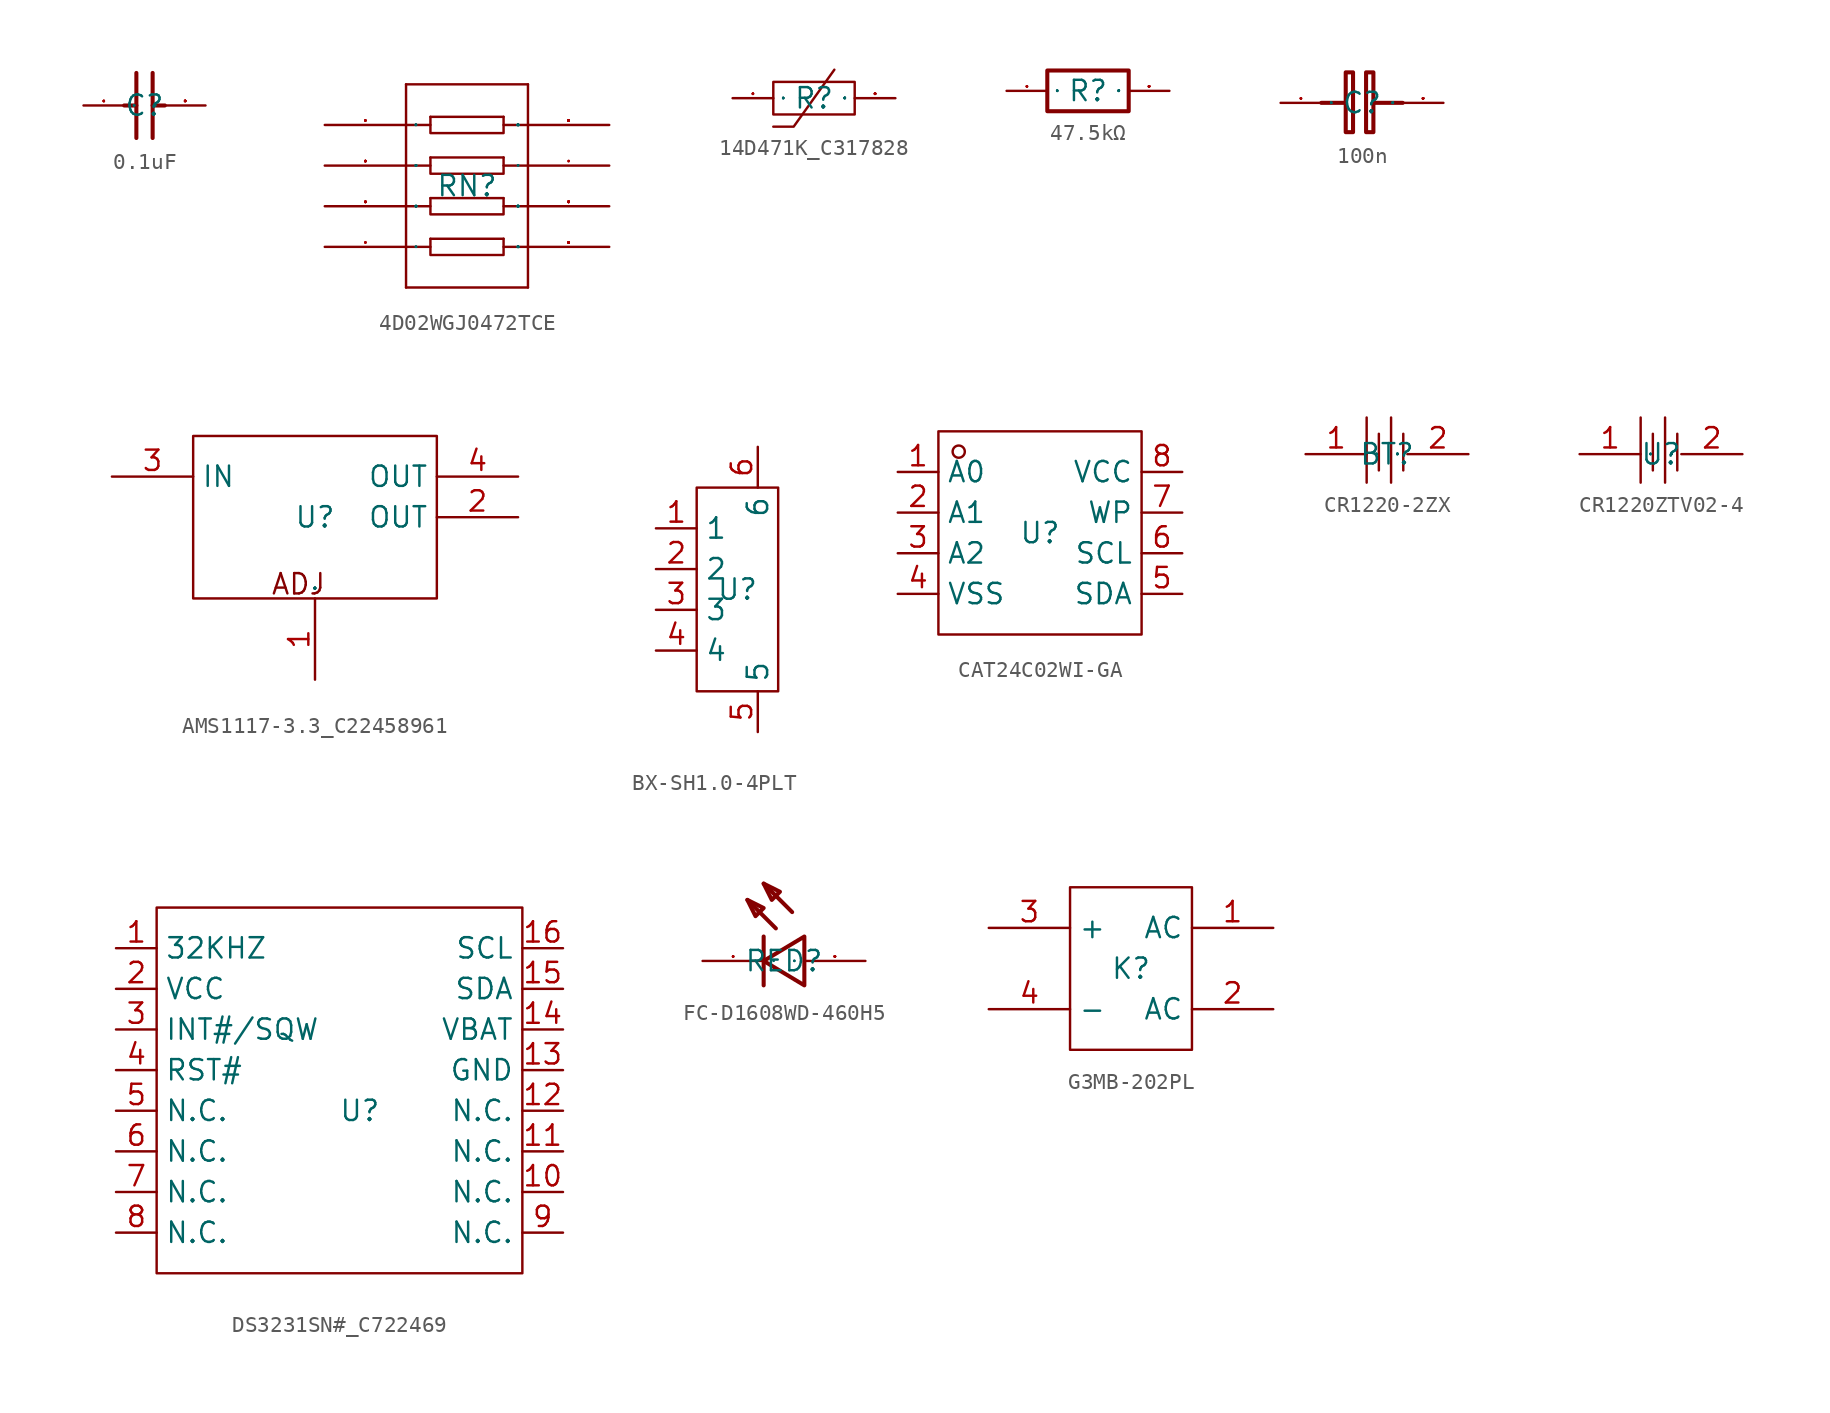
<source format=kicad_sym>
(kicad_symbol_lib
  (version 20241209)
  (generator "kicad_symbol_editor")
  (generator_version "9.0")
  (symbol "0.1uF"
    (property "Reference" "C"
      (at 0 0 0)
      (effects (font (size 1.27 1.27))))
    (property "Value" ""
      (at 0 0 0)
      (effects (font (size 1.27 1.27))))
    (symbol "0.1uF_1_0"
      (polyline (pts (xy -1.27 0) (xy -0.508 0)) (stroke (width 0.254) (type default)) (fill (type none)))
      (polyline (pts (xy -0.508 2.032) (xy -0.508 -2.032)) (stroke (width 0.254) (type default)) (fill (type none)))
      (polyline (pts (xy 0.508 2.032) (xy 0.508 -2.032)) (stroke (width 0.254) (type default)) (fill (type none)))
      (polyline (pts (xy 0.508 0) (xy 1.27 0)) (stroke (width 0.254) (type default)) (fill (type none)))
      (pin input line (at -3.81 0 0) (length 2.54) (name "1" (effects (font (size 0.025 0.025)))) (number "1" (effects (font (size 0.025 0.025)))))
      (pin input line (at 3.81 0 180) (length 2.54) (name "2" (effects (font (size 0.025 0.025)))) (number "2" (effects (font (size 0.025 0.025)))))))
  (symbol "4D02WGJ0472TCE"
    (property "Reference" "RN"
      (at 0 0 0)
      (effects (font (size 1.27 1.27))))
    (symbol "4D02WGJ0472TCE_1_0"
      (polyline (pts (xy -3.81 6.35) (xy -3.81 -6.35)) (stroke (width 0) (type default)) (fill (type none)))
      (polyline (pts (xy -3.81 6.35) (xy 3.81 6.35)) (stroke (width 0) (type default)) (fill (type none)))
      (polyline (pts (xy -3.81 3.81) (xy -2.286 3.81)) (stroke (width 0) (type default)) (fill (type none)))
      (polyline (pts (xy -3.81 1.27) (xy -2.286 1.27)) (stroke (width 0) (type default)) (fill (type none)))
      (polyline (pts (xy -3.81 -1.27) (xy -2.286 -1.27)) (stroke (width 0) (type default)) (fill (type none)))
      (polyline (pts (xy -3.81 -3.81) (xy -2.286 -3.81)) (stroke (width 0) (type default)) (fill (type none)))
      (polyline (pts (xy -3.81 -6.35) (xy 3.81 -6.35)) (stroke (width 0) (type default)) (fill (type none)))
      (polyline (pts (xy -2.286 4.318) (xy 2.286 4.318)) (stroke (width 0) (type default)) (fill (type none)))
      (polyline (pts (xy -2.286 4.318) (xy -2.286 3.302) (xy -2.286 3.302) (xy 2.286 3.302) (xy 2.286 3.302) (xy 2.286 4.318)) (stroke (width 0) (type default)) (fill (type none)))
      (polyline (pts (xy -2.286 1.778) (xy 2.286 1.778)) (stroke (width 0) (type default)) (fill (type none)))
      (polyline (pts (xy -2.286 1.778) (xy -2.286 0.762) (xy -2.286 0.762) (xy 2.286 0.762) (xy 2.286 0.762) (xy 2.286 1.778)) (stroke (width 0) (type default)) (fill (type none)))
      (polyline (pts (xy -2.286 -0.762) (xy 2.286 -0.762)) (stroke (width 0) (type default)) (fill (type none)))
      (polyline (pts (xy -2.286 -0.762) (xy -2.286 -1.778) (xy -2.286 -1.778) (xy 2.286 -1.778) (xy 2.286 -1.778) (xy 2.286 -0.762)) (stroke (width 0) (type default)) (fill (type none)))
      (polyline (pts (xy -2.286 -3.302) (xy 2.286 -3.302)) (stroke (width 0) (type default)) (fill (type none)))
      (polyline (pts (xy -2.286 -3.302) (xy -2.286 -4.318) (xy -2.286 -4.318) (xy 2.286 -4.318) (xy 2.286 -4.318) (xy 2.286 -3.302)) (stroke (width 0) (type default)) (fill (type none)))
      (polyline (pts (xy 2.286 3.81) (xy 3.81 3.81)) (stroke (width 0) (type default)) (fill (type none)))
      (polyline (pts (xy 2.286 1.27) (xy 3.81 1.27)) (stroke (width 0) (type default)) (fill (type none)))
      (polyline (pts (xy 2.286 -1.27) (xy 3.81 -1.27)) (stroke (width 0) (type default)) (fill (type none)))
      (polyline (pts (xy 2.286 -3.81) (xy 3.81 -3.81)) (stroke (width 0) (type default)) (fill (type none)))
      (polyline (pts (xy 3.81 6.35) (xy 3.81 -6.35)) (stroke (width 0) (type default)) (fill (type none)))
      (pin input line (at -8.89 3.81 0) (length 5.08) (name "1" (effects (font (size 0.025 0.025)))) (number "1" (effects (font (size 0.025 0.025)))))
      (pin input line (at -8.89 1.27 0) (length 5.08) (name "2" (effects (font (size 0.025 0.025)))) (number "2" (effects (font (size 0.025 0.025)))))
      (pin input line (at -8.89 -1.27 0) (length 5.08) (name "3" (effects (font (size 0.025 0.025)))) (number "3" (effects (font (size 0.025 0.025)))))
      (pin input line (at -8.89 -3.81 0) (length 5.08) (name "4" (effects (font (size 0.025 0.025)))) (number "4" (effects (font (size 0.025 0.025)))))
      (pin input line (at 8.89 3.81 180) (length 5.08) (name "8" (effects (font (size 0.025 0.025)))) (number "8" (effects (font (size 0.025 0.025)))))
      (pin input line (at 8.89 1.27 180) (length 5.08) (name "7" (effects (font (size 0.025 0.025)))) (number "7" (effects (font (size 0.025 0.025)))))
      (pin input line (at 8.89 -1.27 180) (length 5.08) (name "6" (effects (font (size 0.025 0.025)))) (number "6" (effects (font (size 0.025 0.025)))))
      (pin input line (at 8.89 -3.81 180) (length 5.08) (name "5" (effects (font (size 0.025 0.025)))) (number "5" (effects (font (size 0.025 0.025)))))))
  (symbol "14D471K_C317828"
    (property "Reference" "R"
      (at 0 0 0)
      (effects (font (size 1.27 1.27))))
    (symbol "14D471K_C317828_1_0"
      (rectangle (start -2.54 1.016) (end 2.54 -1.016) (stroke (width 0) (type default)) (fill (type none)))
      (polyline (pts (xy 1.27 1.778) (xy 1.27 1.778) (xy 1.27 1.778) (xy -1.27 -1.778) (xy -1.27 -1.778) (xy -2.54 -1.778)) (stroke (width 0) (type default)) (fill (type none)))
      (pin unspecified line (at -5.08 0 0) (length 2.54) (name "1" (effects (font (size 0.025 0.025)))) (number "1" (effects (font (size 0.025 0.025)))))
      (pin unspecified line (at 5.08 0 180) (length 2.54) (name "2" (effects (font (size 0.025 0.025)))) (number "2" (effects (font (size 0.025 0.025)))))))
  (symbol "47.5kΩ"
    (property "Reference" "R"
      (at 0 0 0)
      (effects (font (size 1.27 1.27))))
    (property "Value" ""
      (at 0 0 0)
      (effects (font (size 1.27 1.27))))
    (symbol "47.5kΩ_1_0"
      (rectangle (start 2.54 1.27) (end -2.54 -1.27) (stroke (width 0.254) (type default)) (fill (type none)))
      (pin unspecified line (at -5.08 0 0) (length 2.54) (name "1" (effects (font (size 0.025 0.025)))) (number "1" (effects (font (size 0.025 0.025)))))
      (pin unspecified line (at 5.08 0 180) (length 2.54) (name "2" (effects (font (size 0.025 0.025)))) (number "2" (effects (font (size 0.025 0.025)))))))
  (symbol "100n"
    (property "Reference" "C"
      (at 0 0 0)
      (effects (font (size 1.27 1.27))))
    (property "Value" ""
      (at 0 0 0)
      (effects (font (size 1.27 1.27))))
    (symbol "100n_1_0"
      (polyline (pts (xy -2.54 0) (xy -1.016 0)) (stroke (width 0.254) (type default)) (fill (type none)))
      (rectangle (start -1.016 -1.829) (end -0.559 1.905) (stroke (width 0.254) (type default)) (fill (type none)))
      (rectangle (start 0.254 -1.829) (end 0.711 1.905) (stroke (width 0.254) (type default)) (fill (type none)))
      (polyline (pts (xy 2.54 0) (xy 0.762 0)) (stroke (width 0.254) (type default)) (fill (type none)))
      (pin unspecified line (at -5.08 0 0) (length 2.54) (name "1" (effects (font (size 0.025 0.025)))) (number "1" (effects (font (size 0.025 0.025)))))
      (pin unspecified line (at 5.08 0 180) (length 2.54) (name "2" (effects (font (size 0.025 0.025)))) (number "2" (effects (font (size 0.025 0.025)))))))
  (symbol "AMS1117-3.3_C22458961"
    (property "Reference" "U"
      (at 0 0 0)
      (effects (font (size 1.27 1.27))))
    (property "Value" ""
      (at 0 0 0)
      (effects (font (size 1.27 1.27))))
    (symbol "AMS1117-3.3_C22458961_1_0"
      (rectangle (start -7.62 5.08) (end 7.62 -5.08) (stroke (width 0) (type default)) (fill (type none)))
      (text "ADJ" (at -2.794 -4.928 0) (effects (font (size 1.27 1.27)) (justify left bottom)))
      (pin unspecified line (at -12.7 2.54 0) (length 5.08) (name "IN" (effects (font (size 1.27 1.27)))) (number "3" (effects (font (size 1.27 1.27)))))
      (pin unspecified line (at 0 -10.16 90) (length 5.08) (name "ADJ" (effects (font (size 0.025 0.025)))) (number "1" (effects (font (size 1.27 1.27)))))
      (pin unspecified line (at 12.7 2.54 180) (length 5.08) (name "OUT" (effects (font (size 1.27 1.27)))) (number "4" (effects (font (size 1.27 1.27)))))
      (pin unspecified line (at 12.7 0 180) (length 5.08) (name "OUT" (effects (font (size 1.27 1.27)))) (number "2" (effects (font (size 1.27 1.27)))))))
  (symbol "BX-SH1.0-4PLT"
    (property "Reference" "U"
      (at 0 0 0)
      (effects (font (size 1.27 1.27))))
    (property "Value" ""
      (at 0 0 0)
      (effects (font (size 1.27 1.27))))
    (symbol "BX-SH1.0-4PLT_1_0"
      (rectangle (start -2.54 6.35) (end 2.54 -6.35) (stroke (width 0) (type default)) (fill (type none)))
      (pin unspecified line (at -5.08 3.81 0) (length 2.54) (name "1" (effects (font (size 1.27 1.27)))) (number "1" (effects (font (size 1.27 1.27)))))
      (pin unspecified line (at -5.08 1.27 0) (length 2.54) (name "2" (effects (font (size 1.27 1.27)))) (number "2" (effects (font (size 1.27 1.27)))))
      (pin unspecified line (at -5.08 -1.27 0) (length 2.54) (name "3" (effects (font (size 1.27 1.27)))) (number "3" (effects (font (size 1.27 1.27)))))
      (pin unspecified line (at -5.08 -3.81 0) (length 2.54) (name "4" (effects (font (size 1.27 1.27)))) (number "4" (effects (font (size 1.27 1.27)))))
      (pin unspecified line (at 1.27 8.89 270) (length 2.54) (name "6" (effects (font (size 1.27 1.27)))) (number "6" (effects (font (size 1.27 1.27)))))
      (pin unspecified line (at 1.27 -8.89 90) (length 2.54) (name "5" (effects (font (size 1.27 1.27)))) (number "5" (effects (font (size 1.27 1.27)))))))
  (symbol "CAT24C02WI-GA"
    (property "Reference" "U"
      (at 0 0 0)
      (effects (font (size 1.27 1.27))))
    (property "Value" ""
      (at 0 0 0)
      (effects (font (size 1.27 1.27))))
    (symbol "CAT24C02WI-GA_1_0"
      (rectangle (start -6.35 -6.35) (end 6.35 6.35) (stroke (width 0) (type default)) (fill (type none)))
      (circle (center -5.08 5.08) (radius 0.381) (stroke (width 0) (type default)) (fill (type none)))
      (pin unspecified line (at -8.89 3.81 0) (length 2.54) (name "A0" (effects (font (size 1.27 1.27)))) (number "1" (effects (font (size 1.27 1.27)))))
      (pin unspecified line (at -8.89 1.27 0) (length 2.54) (name "A1" (effects (font (size 1.27 1.27)))) (number "2" (effects (font (size 1.27 1.27)))))
      (pin unspecified line (at -8.89 -1.27 0) (length 2.54) (name "A2" (effects (font (size 1.27 1.27)))) (number "3" (effects (font (size 1.27 1.27)))))
      (pin unspecified line (at -8.89 -3.81 0) (length 2.54) (name "VSS" (effects (font (size 1.27 1.27)))) (number "4" (effects (font (size 1.27 1.27)))))
      (pin unspecified line (at 8.89 3.81 180) (length 2.54) (name "VCC" (effects (font (size 1.27 1.27)))) (number "8" (effects (font (size 1.27 1.27)))))
      (pin unspecified line (at 8.89 1.27 180) (length 2.54) (name "WP" (effects (font (size 1.27 1.27)))) (number "7" (effects (font (size 1.27 1.27)))))
      (pin unspecified line (at 8.89 -1.27 180) (length 2.54) (name "SCL" (effects (font (size 1.27 1.27)))) (number "6" (effects (font (size 1.27 1.27)))))
      (pin unspecified line (at 8.89 -3.81 180) (length 2.54) (name "SDA" (effects (font (size 1.27 1.27)))) (number "5" (effects (font (size 1.27 1.27)))))))
  (symbol "CR1220-2ZX"
    (property "Reference" "BT"
      (at 0 0 0)
      (effects (font (size 1.27 1.27))))
    (property "Value" ""
      (at 0 0 0)
      (effects (font (size 1.27 1.27))))
    (symbol "CR1220-2ZX_1_0"
      (polyline (pts (xy -1.27 2.286) (xy -1.27 -1.778)) (stroke (width 0) (type default)) (fill (type none)))
      (polyline (pts (xy -0.508 1.27) (xy -0.508 -1.016)) (stroke (width 0) (type default)) (fill (type none)))
      (polyline (pts (xy 0.254 2.286) (xy 0.254 -1.778)) (stroke (width 0) (type default)) (fill (type none)))
      (polyline (pts (xy 1.016 1.27) (xy 1.016 -1.016)) (stroke (width 0) (type default)) (fill (type none)))
      (pin input line (at -5.08 0 0) (length 3.81) (name "1" (effects (font (size 0.025 0.025)))) (number "1" (effects (font (size 1.27 1.27)))))
      (pin input line (at 5.08 0 180) (length 3.81) (name "2" (effects (font (size 0.025 0.025)))) (number "2" (effects (font (size 1.27 1.27)))))))
  (symbol "CR1220ZTV02-4"
    (property "Reference" "U"
      (at 0 0 0)
      (effects (font (size 1.27 1.27))))
    (property "Value" ""
      (at 0 0 0)
      (effects (font (size 1.27 1.27))))
    (symbol "CR1220ZTV02-4_1_0"
      (polyline (pts (xy -1.27 2.286) (xy -1.27 -1.778)) (stroke (width 0) (type default)) (fill (type none)))
      (polyline (pts (xy -0.508 1.27) (xy -0.508 -1.016)) (stroke (width 0) (type default)) (fill (type none)))
      (polyline (pts (xy 0.254 2.286) (xy 0.254 -1.778)) (stroke (width 0) (type default)) (fill (type none)))
      (polyline (pts (xy 1.016 1.27) (xy 1.016 -1.016)) (stroke (width 0) (type default)) (fill (type none)))
      (pin input line (at -5.08 0 0) (length 3.81) (name "1" (effects (font (size 0.025 0.025)))) (number "1" (effects (font (size 1.27 1.27)))))
      (pin input line (at 5.08 0 180) (length 3.81) (name "2" (effects (font (size 0.025 0.025)))) (number "2" (effects (font (size 1.27 1.27)))))))
  (symbol "DS3231SN#_C722469"
    (property "Reference" "U"
      (at 0 0 0)
      (effects (font (size 1.27 1.27))))
    (property "Value" ""
      (at 0 0 0)
      (effects (font (size 1.27 1.27))))
    (symbol "DS3231SN#_C722469_1_0"
      (rectangle (start -12.7 12.7) (end 10.16 -10.16) (stroke (width 0) (type default)) (fill (type none)))
      (pin unspecified line (at -15.24 10.16 0) (length 2.54) (name "32KHZ" (effects (font (size 1.27 1.27)))) (number "1" (effects (font (size 1.27 1.27)))))
      (pin unspecified line (at -15.24 7.62 0) (length 2.54) (name "VCC" (effects (font (size 1.27 1.27)))) (number "2" (effects (font (size 1.27 1.27)))))
      (pin unspecified line (at -15.24 5.08 0) (length 2.54) (name "INT#/SQW" (effects (font (size 1.27 1.27)))) (number "3" (effects (font (size 1.27 1.27)))))
      (pin unspecified line (at -15.24 2.54 0) (length 2.54) (name "RST#" (effects (font (size 1.27 1.27)))) (number "4" (effects (font (size 1.27 1.27)))))
      (pin unspecified line (at -15.24 0 0) (length 2.54) (name "N.C." (effects (font (size 1.27 1.27)))) (number "5" (effects (font (size 1.27 1.27)))))
      (pin unspecified line (at -15.24 -2.54 0) (length 2.54) (name "N.C." (effects (font (size 1.27 1.27)))) (number "6" (effects (font (size 1.27 1.27)))))
      (pin unspecified line (at -15.24 -5.08 0) (length 2.54) (name "N.C." (effects (font (size 1.27 1.27)))) (number "7" (effects (font (size 1.27 1.27)))))
      (pin unspecified line (at -15.24 -7.62 0) (length 2.54) (name "N.C." (effects (font (size 1.27 1.27)))) (number "8" (effects (font (size 1.27 1.27)))))
      (pin unspecified line (at 12.7 10.16 180) (length 2.54) (name "SCL" (effects (font (size 1.27 1.27)))) (number "16" (effects (font (size 1.27 1.27)))))
      (pin unspecified line (at 12.7 7.62 180) (length 2.54) (name "SDA" (effects (font (size 1.27 1.27)))) (number "15" (effects (font (size 1.27 1.27)))))
      (pin unspecified line (at 12.7 5.08 180) (length 2.54) (name "VBAT" (effects (font (size 1.27 1.27)))) (number "14" (effects (font (size 1.27 1.27)))))
      (pin unspecified line (at 12.7 2.54 180) (length 2.54) (name "GND" (effects (font (size 1.27 1.27)))) (number "13" (effects (font (size 1.27 1.27)))))
      (pin unspecified line (at 12.7 0 180) (length 2.54) (name "N.C." (effects (font (size 1.27 1.27)))) (number "12" (effects (font (size 1.27 1.27)))))
      (pin unspecified line (at 12.7 -2.54 180) (length 2.54) (name "N.C." (effects (font (size 1.27 1.27)))) (number "11" (effects (font (size 1.27 1.27)))))
      (pin unspecified line (at 12.7 -5.08 180) (length 2.54) (name "N.C." (effects (font (size 1.27 1.27)))) (number "10" (effects (font (size 1.27 1.27)))))
      (pin unspecified line (at 12.7 -7.62 180) (length 2.54) (name "N.C." (effects (font (size 1.27 1.27)))) (number "9" (effects (font (size 1.27 1.27)))))))
  (symbol "FC-D1608WD-460H5"
    (property "Reference" "RED"
      (at 0 0 0)
      (effects (font (size 1.27 1.27))))
    (property "Value" ""
      (at 0 0 0)
      (effects (font (size 1.27 1.27))))
    (symbol "FC-D1608WD-460H5_1_0"
      (polyline (pts (xy -2.286 3.81) (xy -1.27 3.302) (xy -1.27 3.302) (xy -1.778 2.794) (xy -1.778 2.794) (xy -2.286 3.81)) (stroke (width 0.254) (type default)) (fill (type none)))
      (polyline (pts (xy -1.27 4.826) (xy -0.254 4.318) (xy -0.254 4.318) (xy -0.762 3.81) (xy -0.762 3.81) (xy -1.27 4.826)) (stroke (width 0.254) (type default)) (fill (type none)))
      (polyline (pts (xy -1.27 1.524) (xy -1.27 -1.524)) (stroke (width 0.254) (type default)) (fill (type none)))
      (polyline (pts (xy -0.508 2.032) (xy -2.286 3.81)) (stroke (width 0.254) (type default)) (fill (type none)))
      (polyline (pts (xy 0.508 3.048) (xy -1.27 4.826)) (stroke (width 0.254) (type default)) (fill (type none)))
      (polyline (pts (xy 1.27 -1.524) (xy -1.27 0) (xy -1.27 0) (xy 1.27 1.524) (xy 1.27 1.524) (xy 1.27 -1.524)) (stroke (width 0.254) (type default)) (fill (type none)))
      (pin input line (at -5.08 0 0) (length 3.81) (name "-" (effects (font (size 0.025 0.025)))) (number "1" (effects (font (size 0.025 0.025)))))
      (pin input line (at 5.08 0 180) (length 3.81) (name "+" (effects (font (size 0.025 0.025)))) (number "2" (effects (font (size 0.025 0.025)))))))
  (symbol "G3MB-202PL"
    (property "Reference" "K"
      (at 0 0 0)
      (effects (font (size 1.27 1.27))))
    (property "Value" ""
      (at 0 0 0)
      (effects (font (size 1.27 1.27))))
    (symbol "G3MB-202PL_1_0"
      (rectangle (start -3.81 5.08) (end 3.81 -5.08) (stroke (width 0) (type default)) (fill (type none)))
      (pin unspecified line (at -8.89 2.54 0) (length 5.08) (name "+" (effects (font (size 1.27 1.27)))) (number "3" (effects (font (size 1.27 1.27)))))
      (pin unspecified line (at -8.89 -2.54 0) (length 5.08) (name "-" (effects (font (size 1.27 1.27)))) (number "4" (effects (font (size 1.27 1.27)))))
      (pin unspecified line (at 8.89 2.54 180) (length 5.08) (name "AC" (effects (font (size 1.27 1.27)))) (number "1" (effects (font (size 1.27 1.27)))))
      (pin unspecified line (at 8.89 -2.54 180) (length 5.08) (name "AC" (effects (font (size 1.27 1.27)))) (number "2" (effects (font (size 1.27 1.27))))))))
</source>
